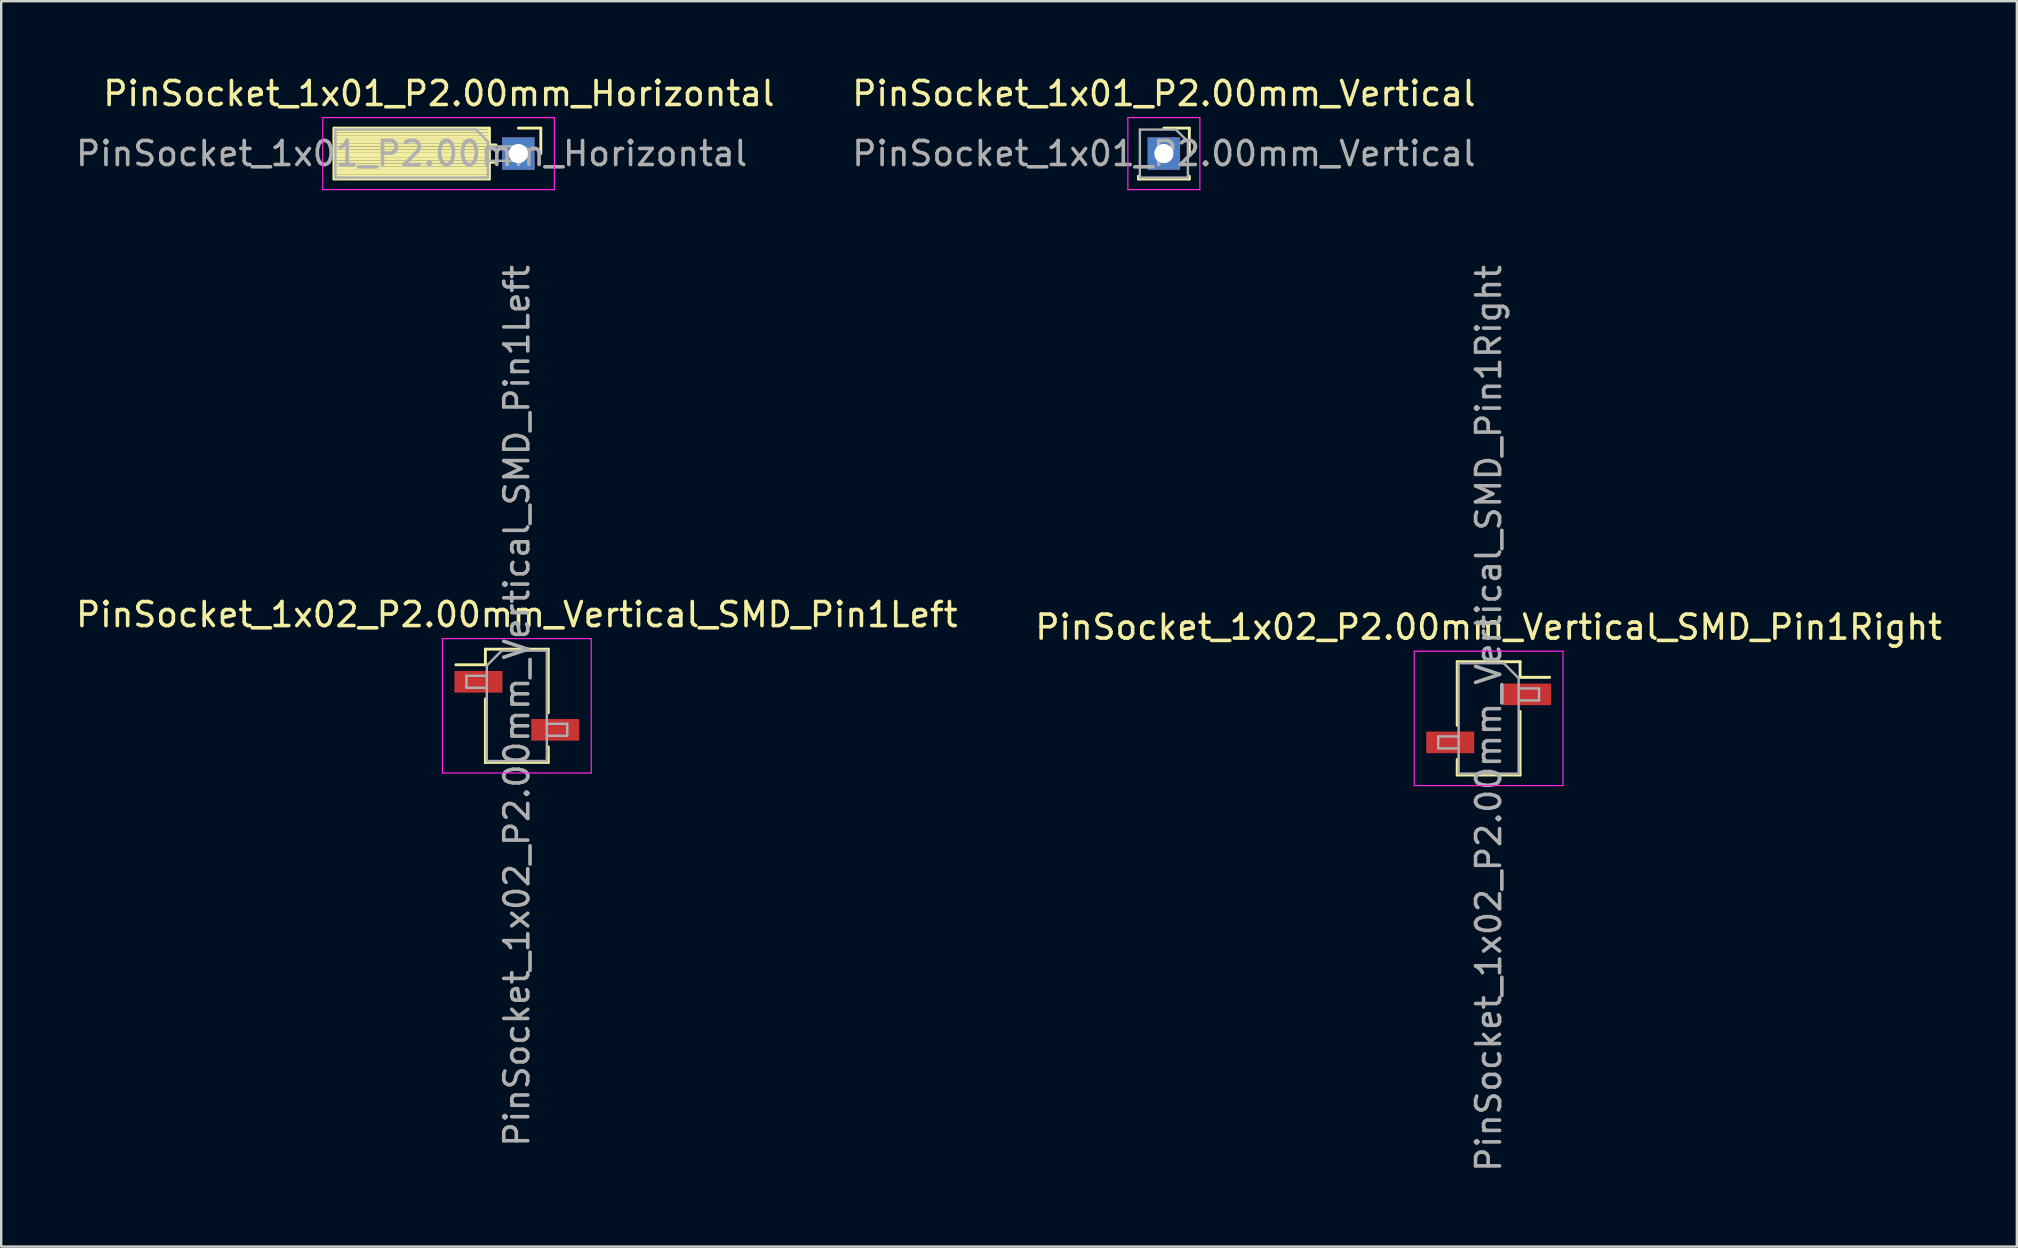
<source format=kicad_pcb>
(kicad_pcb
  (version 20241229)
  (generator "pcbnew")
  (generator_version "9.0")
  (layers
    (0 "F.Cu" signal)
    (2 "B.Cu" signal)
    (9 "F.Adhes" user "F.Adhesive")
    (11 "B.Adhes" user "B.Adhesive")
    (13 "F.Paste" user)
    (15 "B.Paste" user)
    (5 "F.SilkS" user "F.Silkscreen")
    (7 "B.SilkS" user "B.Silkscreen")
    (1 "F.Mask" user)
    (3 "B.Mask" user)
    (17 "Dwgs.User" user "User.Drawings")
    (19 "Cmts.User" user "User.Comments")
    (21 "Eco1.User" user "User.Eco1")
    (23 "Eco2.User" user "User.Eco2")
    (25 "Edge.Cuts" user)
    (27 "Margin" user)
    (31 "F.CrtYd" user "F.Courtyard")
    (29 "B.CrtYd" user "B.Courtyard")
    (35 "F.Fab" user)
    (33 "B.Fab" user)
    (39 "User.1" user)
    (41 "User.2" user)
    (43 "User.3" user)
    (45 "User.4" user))
  (footprint "PinSocket_1x01_P2.00mm_Horizontal"
    (layer "F.Cu")
    (at 18.546 3.348)
    (property "Reference" "PinSocket_1x01_P2.00mm_Horizontal" (at -3.31 -2.5 0) (layer "F.SilkS") (effects (font (size 1 1) (thickness 0.15))))
    (attr through_hole)
    (fp_line (start -7.68 -1.06) (end -7.68 1.06) (stroke (width 0.12) (type solid)) (layer "F.SilkS"))
    (fp_line (start -7.68 -1.06) (end -1.21 -1.06) (stroke (width 0.12) (type solid)) (layer "F.SilkS"))
    (fp_line (start -7.68 -0.94) (end -1.21 -0.94) (stroke (width 0.12) (type solid)) (layer "F.SilkS"))
    (fp_line (start -7.68 -0.822) (end -1.21 -0.822) (stroke (width 0.12) (type solid)) (layer "F.SilkS"))
    (fp_line (start -7.68 -0.705) (end -1.21 -0.705) (stroke (width 0.12) (type solid)) (layer "F.SilkS"))
    (fp_line (start -7.68 -0.587) (end -1.21 -0.587) (stroke (width 0.12) (type solid)) (layer "F.SilkS"))
    (fp_line (start -7.68 -0.469) (end -1.21 -0.469) (stroke (width 0.12) (type solid)) (layer "F.SilkS"))
    (fp_line (start -7.68 -0.352) (end -1.21 -0.352) (stroke (width 0.12) (type solid)) (layer "F.SilkS"))
    (fp_line (start -7.68 -0.234) (end -1.21 -0.234) (stroke (width 0.12) (type solid)) (layer "F.SilkS"))
    (fp_line (start -7.68 -0.116) (end -1.21 -0.116) (stroke (width 0.12) (type solid)) (layer "F.SilkS"))
    (fp_line (start -7.68 0.001) (end -1.21 0.001) (stroke (width 0.12) (type solid)) (layer "F.SilkS"))
    (fp_line (start -7.68 0.119) (end -1.21 0.119) (stroke (width 0.12) (type solid)) (layer "F.SilkS"))
    (fp_line (start -7.68 0.236) (end -1.21 0.236) (stroke (width 0.12) (type solid)) (layer "F.SilkS"))
    (fp_line (start -7.68 0.354) (end -1.21 0.354) (stroke (width 0.12) (type solid)) (layer "F.SilkS"))
    (fp_line (start -7.68 0.472) (end -1.21 0.472) (stroke (width 0.12) (type solid)) (layer "F.SilkS"))
    (fp_line (start -7.68 0.589) (end -1.21 0.589) (stroke (width 0.12) (type solid)) (layer "F.SilkS"))
    (fp_line (start -7.68 0.707) (end -1.21 0.707) (stroke (width 0.12) (type solid)) (layer "F.SilkS"))
    (fp_line (start -7.68 0.825) (end -1.21 0.825) (stroke (width 0.12) (type solid)) (layer "F.SilkS"))
    (fp_line (start -7.68 0.942) (end -1.21 0.942) (stroke (width 0.12) (type solid)) (layer "F.SilkS"))
    (fp_line (start -7.68 1.06) (end -1.21 1.06) (stroke (width 0.12) (type solid)) (layer "F.SilkS"))
    (fp_line (start -1.21 -1.06) (end -1.21 1.06) (stroke (width 0.12) (type solid)) (layer "F.SilkS"))
    (fp_line (start -1.21 -0.36) (end -0.935 -0.36) (stroke (width 0.12) (type solid)) (layer "F.SilkS"))
    (fp_line (start -1.21 0.36) (end -0.935 0.36) (stroke (width 0.12) (type solid)) (layer "F.SilkS"))
    (fp_line (start 0 -1.06) (end 0.935 -1.06) (stroke (width 0.12) (type solid)) (layer "F.SilkS"))
    (fp_line (start 0.935 -1.06) (end 0.935 0) (stroke (width 0.12) (type solid)) (layer "F.SilkS"))
    (fp_line (start -8.15 -1.5) (end -8.15 1.5) (stroke (width 0.05) (type solid)) (layer "F.CrtYd"))
    (fp_line (start -8.15 1.5) (end 1.5 1.5) (stroke (width 0.05) (type solid)) (layer "F.CrtYd"))
    (fp_line (start 1.5 -1.5) (end -8.15 -1.5) (stroke (width 0.05) (type solid)) (layer "F.CrtYd"))
    (fp_line (start 1.5 1.5) (end 1.5 -1.5) (stroke (width 0.05) (type solid)) (layer "F.CrtYd"))
    (fp_line (start -7.62 -1) (end -1.77 -1) (stroke (width 0.1) (type solid)) (layer "F.Fab"))
    (fp_line (start -7.62 1) (end -7.62 -1) (stroke (width 0.1) (type solid)) (layer "F.Fab"))
    (fp_line (start -1.77 -1) (end -1.27 -0.5) (stroke (width 0.1) (type solid)) (layer "F.Fab"))
    (fp_line (start -1.27 -0.5) (end -1.27 1) (stroke (width 0.1) (type solid)) (layer "F.Fab"))
    (fp_line (start -1.27 0.3) (end 0 0.3) (stroke (width 0.1) (type solid)) (layer "F.Fab"))
    (fp_line (start -1.27 1) (end -7.62 1) (stroke (width 0.1) (type solid)) (layer "F.Fab"))
    (fp_line (start 0 -0.3) (end -1.27 -0.3) (stroke (width 0.1) (type solid)) (layer "F.Fab"))
    (fp_line (start 0 0.3) (end 0 -0.3) (stroke (width 0.1) (type solid)) (layer "F.Fab"))
    (fp_text user "${REFERENCE}" (at -4.445 0 0) (layer "F.Fab") (effects (font (size 1 1) (thickness 0.15))))
    (pad "1" thru_hole rect (at 0 0) (size 1.35 1.35) (drill 0.8) (layers "*.Cu" "*.Mask")))
  (footprint "PinSocket_1x01_P2.00mm_Vertical"
    (layer "F.Cu")
    (at 45.439 3.348)
    (property "Reference" "PinSocket_1x01_P2.00mm_Vertical" (at 0 -2.5 0) (layer "F.SilkS") (effects (font (size 1 1) (thickness 0.15))))
    (attr through_hole)
    (fp_line (start -1.06 0.94) (end -1.06 1.06) (stroke (width 0.12) (type solid)) (layer "F.SilkS"))
    (fp_line (start -1.06 1.06) (end 1.06 1.06) (stroke (width 0.12) (type solid)) (layer "F.SilkS"))
    (fp_line (start 0 -1.06) (end 1.06 -1.06) (stroke (width 0.12) (type solid)) (layer "F.SilkS"))
    (fp_line (start 1.06 -1.06) (end 1.06 0) (stroke (width 0.12) (type solid)) (layer "F.SilkS"))
    (fp_line (start 1.06 0.94) (end 1.06 1.06) (stroke (width 0.12) (type solid)) (layer "F.SilkS"))
    (fp_line (start -1.5 -1.5) (end 1.5 -1.5) (stroke (width 0.05) (type solid)) (layer "F.CrtYd"))
    (fp_line (start -1.5 1.5) (end -1.5 -1.5) (stroke (width 0.05) (type solid)) (layer "F.CrtYd"))
    (fp_line (start 1.5 -1.5) (end 1.5 1.5) (stroke (width 0.05) (type solid)) (layer "F.CrtYd"))
    (fp_line (start 1.5 1.5) (end -1.5 1.5) (stroke (width 0.05) (type solid)) (layer "F.CrtYd"))
    (fp_line (start -1 -1) (end 0.5 -1) (stroke (width 0.1) (type solid)) (layer "F.Fab"))
    (fp_line (start -1 1) (end -1 -1) (stroke (width 0.1) (type solid)) (layer "F.Fab"))
    (fp_line (start 0.5 -1) (end 1 -0.5) (stroke (width 0.1) (type solid)) (layer "F.Fab"))
    (fp_line (start 1 -0.5) (end 1 1) (stroke (width 0.1) (type solid)) (layer "F.Fab"))
    (fp_line (start 1 1) (end -1 1) (stroke (width 0.1) (type solid)) (layer "F.Fab"))
    (fp_text user "${REFERENCE}" (at 0 0 0) (layer "F.Fab") (effects (font (size 1 1) (thickness 0.15))))
    (pad "1" thru_hole rect (at 0 0) (size 1.35 1.35) (drill 0.8) (layers "*.Cu" "*.Mask")))
  (footprint "PinSocket_1x02_P2.00mm_Vertical_SMD_Pin1Left"
    (layer "F.Cu")
    (at 18.482 26.355)
    (property "Reference" "PinSocket_1x02_P2.00mm_Vertical_SMD_Pin1Left" (at 0 -3.8 0) (layer "F.SilkS") (effects (font (size 1 1) (thickness 0.15))))
    (attr smd)
    (fp_line (start -2.54 -1.71) (end -1.31 -1.71) (stroke (width 0.12) (type solid)) (layer "F.SilkS"))
    (fp_line (start -1.31 -2.36) (end -1.31 -1.71) (stroke (width 0.12) (type solid)) (layer "F.SilkS"))
    (fp_line (start -1.31 -2.36) (end 1.31 -2.36) (stroke (width 0.12) (type solid)) (layer "F.SilkS"))
    (fp_line (start -1.31 -0.29) (end -1.31 2.36) (stroke (width 0.12) (type solid)) (layer "F.SilkS"))
    (fp_line (start -1.31 2.36) (end 1.31 2.36) (stroke (width 0.12) (type solid)) (layer "F.SilkS"))
    (fp_line (start 1.31 -2.36) (end 1.31 0.29) (stroke (width 0.12) (type solid)) (layer "F.SilkS"))
    (fp_line (start 1.31 1.71) (end 1.31 2.36) (stroke (width 0.12) (type solid)) (layer "F.SilkS"))
    (fp_line (start -3.1 -2.8) (end 3.1 -2.8) (stroke (width 0.05) (type solid)) (layer "F.CrtYd"))
    (fp_line (start -3.1 2.8) (end -3.1 -2.8) (stroke (width 0.05) (type solid)) (layer "F.CrtYd"))
    (fp_line (start 3.1 -2.8) (end 3.1 2.8) (stroke (width 0.05) (type solid)) (layer "F.CrtYd"))
    (fp_line (start 3.1 2.8) (end -3.1 2.8) (stroke (width 0.05) (type solid)) (layer "F.CrtYd"))
    (fp_line (start -2.1 -1.25) (end -1.25 -1.25) (stroke (width 0.1) (type solid)) (layer "F.Fab"))
    (fp_line (start -2.1 -0.75) (end -2.1 -1.25) (stroke (width 0.1) (type solid)) (layer "F.Fab"))
    (fp_line (start -1.25 -1.675) (end -0.625 -2.3) (stroke (width 0.1) (type solid)) (layer "F.Fab"))
    (fp_line (start -1.25 -0.75) (end -2.1 -0.75) (stroke (width 0.1) (type solid)) (layer "F.Fab"))
    (fp_line (start -1.25 2.3) (end -1.25 -1.675) (stroke (width 0.1) (type solid)) (layer "F.Fab"))
    (fp_line (start -0.625 -2.3) (end 1.25 -2.3) (stroke (width 0.1) (type solid)) (layer "F.Fab"))
    (fp_line (start 1.25 -2.3) (end 1.25 2.3) (stroke (width 0.1) (type solid)) (layer "F.Fab"))
    (fp_line (start 1.25 0.75) (end 2.1 0.75) (stroke (width 0.1) (type solid)) (layer "F.Fab"))
    (fp_line (start 1.25 2.3) (end -1.25 2.3) (stroke (width 0.1) (type solid)) (layer "F.Fab"))
    (fp_line (start 2.1 0.75) (end 2.1 1.25) (stroke (width 0.1) (type solid)) (layer "F.Fab"))
    (fp_line (start 2.1 1.25) (end 1.25 1.25) (stroke (width 0.1) (type solid)) (layer "F.Fab"))
    (fp_text user "${REFERENCE}" (at 0 0 90) (layer "F.Fab") (effects (font (size 1 1) (thickness 0.15))))
    (pad "1" smd rect (at -1.6 -1) (size 2 0.9) (layers "F.Cu" "F.Mask" "F.Paste"))
    (pad "2" smd rect (at 1.6 1) (size 2 0.9) (layers "F.Cu" "F.Mask" "F.Paste")))
  (footprint "PinSocket_1x02_P2.00mm_Vertical_SMD_Pin1Right"
    (layer "F.Cu")
    (at 58.97 26.879)
    (property "Reference" "PinSocket_1x02_P2.00mm_Vertical_SMD_Pin1Right" (at 0 -3.8 0) (layer "F.SilkS") (effects (font (size 1 1) (thickness 0.15))))
    (attr smd)
    (fp_line (start -1.31 -2.36) (end -1.31 0.29) (stroke (width 0.12) (type solid)) (layer "F.SilkS"))
    (fp_line (start -1.31 -2.36) (end 1.31 -2.36) (stroke (width 0.12) (type solid)) (layer "F.SilkS"))
    (fp_line (start -1.31 1.71) (end -1.31 2.36) (stroke (width 0.12) (type solid)) (layer "F.SilkS"))
    (fp_line (start -1.31 2.36) (end 1.31 2.36) (stroke (width 0.12) (type solid)) (layer "F.SilkS"))
    (fp_line (start 1.31 -2.36) (end 1.31 -1.71) (stroke (width 0.12) (type solid)) (layer "F.SilkS"))
    (fp_line (start 1.31 -1.71) (end 2.54 -1.71) (stroke (width 0.12) (type solid)) (layer "F.SilkS"))
    (fp_line (start 1.31 -0.29) (end 1.31 2.36) (stroke (width 0.12) (type solid)) (layer "F.SilkS"))
    (fp_line (start -3.1 -2.8) (end 3.1 -2.8) (stroke (width 0.05) (type solid)) (layer "F.CrtYd"))
    (fp_line (start -3.1 2.8) (end -3.1 -2.8) (stroke (width 0.05) (type solid)) (layer "F.CrtYd"))
    (fp_line (start 3.1 -2.8) (end 3.1 2.8) (stroke (width 0.05) (type solid)) (layer "F.CrtYd"))
    (fp_line (start 3.1 2.8) (end -3.1 2.8) (stroke (width 0.05) (type solid)) (layer "F.CrtYd"))
    (fp_line (start -2.1 0.75) (end -1.25 0.75) (stroke (width 0.1) (type solid)) (layer "F.Fab"))
    (fp_line (start -2.1 1.25) (end -2.1 0.75) (stroke (width 0.1) (type solid)) (layer "F.Fab"))
    (fp_line (start -1.25 -2.3) (end 0.625 -2.3) (stroke (width 0.1) (type solid)) (layer "F.Fab"))
    (fp_line (start -1.25 1.25) (end -2.1 1.25) (stroke (width 0.1) (type solid)) (layer "F.Fab"))
    (fp_line (start -1.25 2.3) (end -1.25 -2.3) (stroke (width 0.1) (type solid)) (layer "F.Fab"))
    (fp_line (start 0.625 -2.3) (end 1.25 -1.675) (stroke (width 0.1) (type solid)) (layer "F.Fab"))
    (fp_line (start 1.25 -1.675) (end 1.25 2.3) (stroke (width 0.1) (type solid)) (layer "F.Fab"))
    (fp_line (start 1.25 -1.25) (end 2.1 -1.25) (stroke (width 0.1) (type solid)) (layer "F.Fab"))
    (fp_line (start 1.25 2.3) (end -1.25 2.3) (stroke (width 0.1) (type solid)) (layer "F.Fab"))
    (fp_line (start 2.1 -1.25) (end 2.1 -0.75) (stroke (width 0.1) (type solid)) (layer "F.Fab"))
    (fp_line (start 2.1 -0.75) (end 1.25 -0.75) (stroke (width 0.1) (type solid)) (layer "F.Fab"))
    (fp_text user "${REFERENCE}" (at 0 0 90) (layer "F.Fab") (effects (font (size 1 1) (thickness 0.15))))
    (pad "1" smd rect (at 1.6 -1) (size 2 0.9) (layers "F.Cu" "F.Mask" "F.Paste"))
    (pad "2" smd rect (at -1.6 1) (size 2 0.9) (layers "F.Cu" "F.Mask" "F.Paste")))
  (gr_rect
    (start -3 -3)
    (end 80.976 48.885)
    (stroke (width 0.1) (type default))
    (fill no)
    (layer "Edge.Cuts")))
</source>
